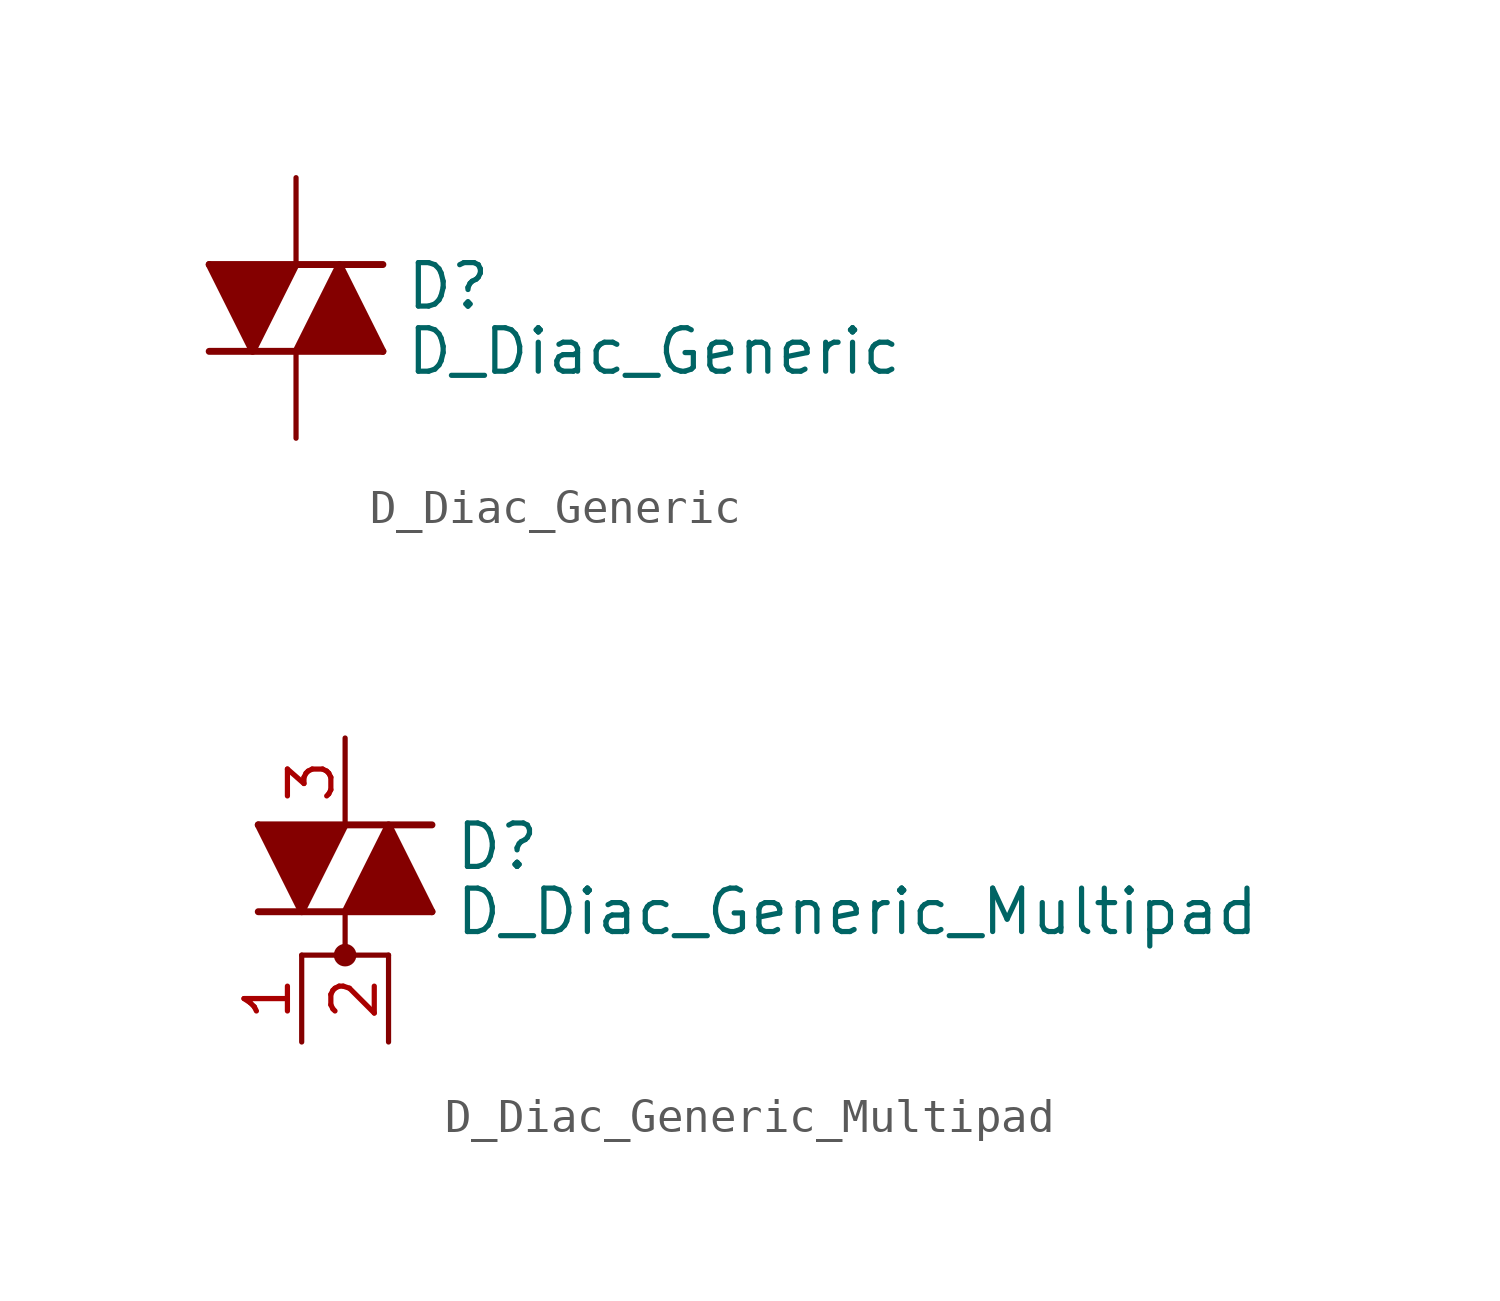
<source format=kicad_sym>
(kicad_symbol_lib
  (version 20211014)
  (generator kicad_symbol_editor)
  (symbol "D_Diac_Generic"
    (pin_numbers hide)
    (pin_names
      (offset 0) hide)
    (property "Reference" "D"
      (at 3.175 0.635 0)
      (effects (font (size 1.27 1.27)) (justify left)))
    (property "Value" "D_Diac_Generic"
      (at 3.175 -1.27 0)
      (effects (font (size 1.27 1.27)) (justify left)))
    (symbol "D_Diac_Generic_0_1"
      (polyline (pts (xy -2.54 -1.27) (xy 2.54 -1.27)) (stroke (width 0.203) (type default) (color 0 0 0 0)) (fill (type none)))
      (polyline (pts (xy -2.54 1.27) (xy 2.54 1.27)) (stroke (width 0.203) (type default) (color 0 0 0 0)) (fill (type none)))
      (polyline (pts (xy -2.54 1.27) (xy -1.27 -1.27) (xy 0 1.27)) (stroke (width 0.203) (type default) (color 0 0 0 0)) (fill (type outline)))
      (polyline (pts (xy 0 -1.27) (xy 1.27 1.27) (xy 2.54 -1.27)) (stroke (width 0.203) (type default) (color 0 0 0 0)) (fill (type outline))))
    (symbol "D_Diac_Generic_1_1"
      (pin passive line (at 0 -3.81 90) (length 2.54) (name "A1" (effects (font (size 0.635 0.635)))) (number "1" (effects (font (size 1.27 1.27)))))
      (pin passive line (at 0 3.81 270) (length 2.54) (name "A2" (effects (font (size 0.635 0.635)))) (number "2" (effects (font (size 1.27 1.27)))))))
  (symbol "D_Diac_Generic_Multipad"
    (pin_names
      (offset 0.002) hide)
    (property "Reference" "D"
      (at 3.175 0.635 0)
      (effects (font (size 1.27 1.27)) (justify left)))
    (property "Value" "D_Diac_Generic_Multipad"
      (at 3.175 -1.27 0)
      (effects (font (size 1.27 1.27)) (justify left)))
    (symbol "D_Diac_Generic_Multipad_0_1"
      (circle (center 0 -2.54) (radius 0.254) (stroke (width 0) (type default) (color 0 0 0 0)) (fill (type outline)))
      (polyline (pts (xy -2.54 -1.27) (xy 2.54 -1.27)) (stroke (width 0.203) (type default) (color 0 0 0 0)) (fill (type none)))
      (polyline (pts (xy -2.54 1.27) (xy 2.54 1.27)) (stroke (width 0.203) (type default) (color 0 0 0 0)) (fill (type none)))
      (polyline (pts (xy 0 -2.54) (xy 0 -1.27)) (stroke (width 0.152) (type default) (color 0 0 0 0)) (fill (type none)))
      (polyline (pts (xy 1.27 -2.54) (xy -1.27 -2.54)) (stroke (width 0.152) (type default) (color 0 0 0 0)) (fill (type none)))
      (polyline (pts (xy -2.54 1.27) (xy -1.27 -1.27) (xy 0 1.27)) (stroke (width 0.203) (type default) (color 0 0 0 0)) (fill (type outline)))
      (polyline (pts (xy 0 -1.27) (xy 1.27 1.27) (xy 2.54 -1.27)) (stroke (width 0.203) (type default) (color 0 0 0 0)) (fill (type outline))))
    (symbol "D_Diac_Generic_Multipad_1_1"
      (pin passive line (at -1.27 -5.08 90) (length 2.54) (name "A1" (effects (font (size 0.635 0.635)))) (number "1" (effects (font (size 1.27 1.27)))))
      (pin passive line (at 1.27 -5.08 90) (length 2.54) (name "A1" (effects (font (size 0.635 0.635)))) (number "2" (effects (font (size 1.27 1.27)))))
      (pin passive line (at 0 3.81 270) (length 2.54) (name "A2" (effects (font (size 0.635 0.635)))) (number "3" (effects (font (size 1.27 1.27))))))))
</source>
